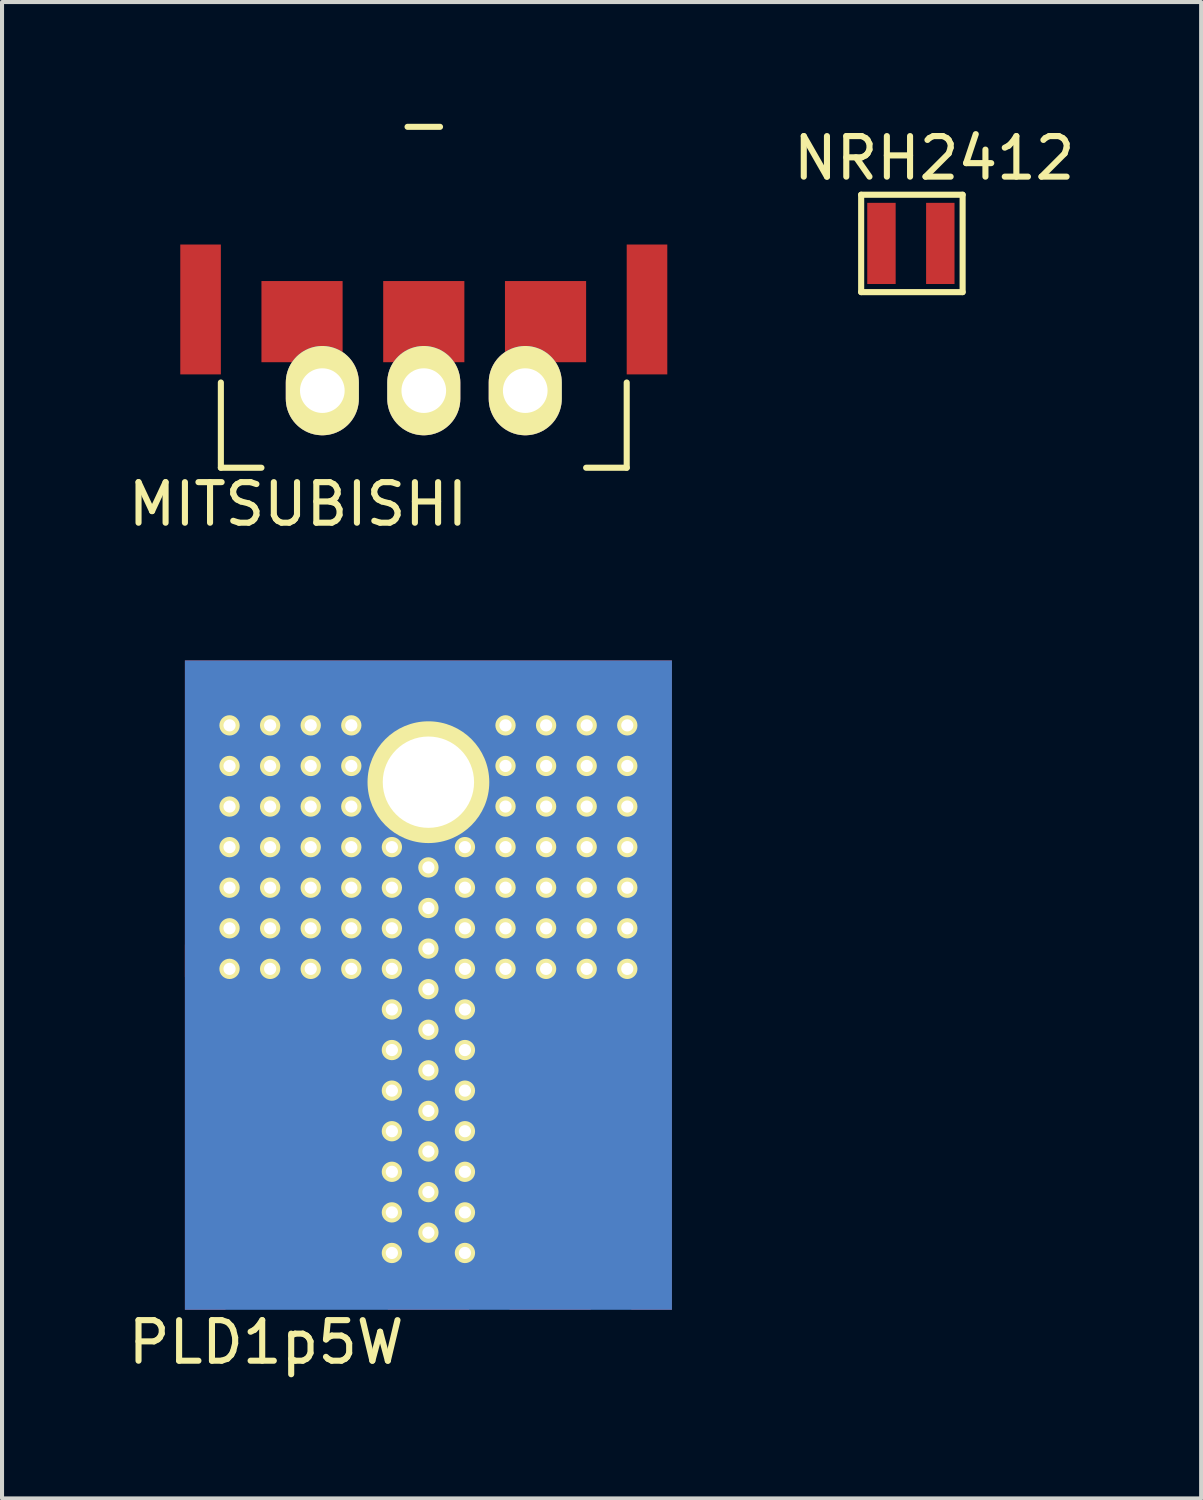
<source format=kicad_pcb>
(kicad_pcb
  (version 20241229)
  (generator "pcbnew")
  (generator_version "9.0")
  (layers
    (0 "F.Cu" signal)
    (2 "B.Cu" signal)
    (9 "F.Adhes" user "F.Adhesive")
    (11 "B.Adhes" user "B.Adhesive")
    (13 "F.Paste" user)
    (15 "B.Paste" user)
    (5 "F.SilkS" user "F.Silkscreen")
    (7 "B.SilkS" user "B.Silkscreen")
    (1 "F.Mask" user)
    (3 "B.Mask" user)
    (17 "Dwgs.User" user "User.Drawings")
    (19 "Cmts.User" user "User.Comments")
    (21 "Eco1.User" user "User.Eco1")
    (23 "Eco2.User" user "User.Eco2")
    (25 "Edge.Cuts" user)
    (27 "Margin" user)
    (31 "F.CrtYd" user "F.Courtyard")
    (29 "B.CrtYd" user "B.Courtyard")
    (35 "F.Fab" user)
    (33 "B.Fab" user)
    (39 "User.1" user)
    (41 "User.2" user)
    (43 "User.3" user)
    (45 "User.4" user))
  (footprint "PLD1p5W"
    (layer "F.Cu")
    (at 7.506 29.223)
    (property "Reference" "PLD1p5W" (at -4 0.8 0) (layer "F.SilkS") (effects (font (size 1 1) (thickness 0.15))))
    (attr through_hole)
    (pad "1" smd rect (at -3.05 -5.1) (size 2.16 4.9) (layers "F.Cu" "F.Mask" "F.Paste"))
    (pad "1" smd rect (at -3 -1.5) (size 2 2.8) (layers "F.Cu" "F.Mask" "F.Paste"))
    (pad "2" smd rect (at -5.5 -4.5) (size 1 9) (layers "F.Cu" "F.Mask" "F.Paste"))
    (pad "2" thru_hole circle (at -4.9 -14.4) (size 0.5 0.5) (drill 0.3) (layers "*.Cu" "*.Mask" "F.SilkS"))
    (pad "2" thru_hole circle (at -4.9 -13.4) (size 0.5 0.5) (drill 0.3) (layers "*.Cu" "*.Mask" "F.SilkS"))
    (pad "2" thru_hole circle (at -4.9 -12.4) (size 0.5 0.5) (drill 0.3) (layers "*.Cu" "*.Mask" "F.SilkS"))
    (pad "2" thru_hole circle (at -4.9 -11.4) (size 0.5 0.5) (drill 0.3) (layers "*.Cu" "*.Mask" "F.SilkS"))
    (pad "2" thru_hole circle (at -4.9 -10.4) (size 0.5 0.5) (drill 0.3) (layers "*.Cu" "*.Mask" "F.SilkS"))
    (pad "2" thru_hole circle (at -4.9 -9.4) (size 0.5 0.5) (drill 0.3) (layers "*.Cu" "*.Mask" "F.SilkS"))
    (pad "2" thru_hole circle (at -4.9 -8.4) (size 0.5 0.5) (drill 0.3) (layers "*.Cu" "*.Mask" "F.SilkS"))
    (pad "2" thru_hole circle (at -3.9 -14.4) (size 0.5 0.5) (drill 0.3) (layers "*.Cu" "*.Mask" "F.SilkS"))
    (pad "2" thru_hole circle (at -3.9 -13.4) (size 0.5 0.5) (drill 0.3) (layers "*.Cu" "*.Mask" "F.SilkS"))
    (pad "2" thru_hole circle (at -3.9 -12.4) (size 0.5 0.5) (drill 0.3) (layers "*.Cu" "*.Mask" "F.SilkS"))
    (pad "2" thru_hole circle (at -3.9 -11.4) (size 0.5 0.5) (drill 0.3) (layers "*.Cu" "*.Mask" "F.SilkS"))
    (pad "2" thru_hole circle (at -3.9 -10.4) (size 0.5 0.5) (drill 0.3) (layers "*.Cu" "*.Mask" "F.SilkS"))
    (pad "2" thru_hole circle (at -3.9 -9.4) (size 0.5 0.5) (drill 0.3) (layers "*.Cu" "*.Mask" "F.SilkS"))
    (pad "2" thru_hole circle (at -3.9 -8.4) (size 0.5 0.5) (drill 0.3) (layers "*.Cu" "*.Mask" "F.SilkS"))
    (pad "2" thru_hole circle (at -2.9 -14.4) (size 0.5 0.5) (drill 0.3) (layers "*.Cu" "*.Mask" "F.SilkS"))
    (pad "2" thru_hole circle (at -2.9 -13.4) (size 0.5 0.5) (drill 0.3) (layers "*.Cu" "*.Mask" "F.SilkS"))
    (pad "2" thru_hole circle (at -2.9 -12.4) (size 0.5 0.5) (drill 0.3) (layers "*.Cu" "*.Mask" "F.SilkS"))
    (pad "2" thru_hole circle (at -2.9 -11.4) (size 0.5 0.5) (drill 0.3) (layers "*.Cu" "*.Mask" "F.SilkS"))
    (pad "2" thru_hole circle (at -2.9 -10.4) (size 0.5 0.5) (drill 0.3) (layers "*.Cu" "*.Mask" "F.SilkS"))
    (pad "2" thru_hole circle (at -2.9 -9.4) (size 0.5 0.5) (drill 0.3) (layers "*.Cu" "*.Mask" "F.SilkS"))
    (pad "2" thru_hole circle (at -2.9 -8.4) (size 0.5 0.5) (drill 0.3) (layers "*.Cu" "*.Mask" "F.SilkS"))
    (pad "2" thru_hole circle (at -1.9 -14.4) (size 0.5 0.5) (drill 0.3) (layers "*.Cu" "*.Mask" "F.SilkS"))
    (pad "2" thru_hole circle (at -1.9 -13.4) (size 0.5 0.5) (drill 0.3) (layers "*.Cu" "*.Mask" "F.SilkS"))
    (pad "2" thru_hole circle (at -1.9 -12.4) (size 0.5 0.5) (drill 0.3) (layers "*.Cu" "*.Mask" "F.SilkS"))
    (pad "2" thru_hole circle (at -1.9 -11.4) (size 0.5 0.5) (drill 0.3) (layers "*.Cu" "*.Mask" "F.SilkS"))
    (pad "2" thru_hole circle (at -1.9 -10.4) (size 0.5 0.5) (drill 0.3) (layers "*.Cu" "*.Mask" "F.SilkS"))
    (pad "2" thru_hole circle (at -1.9 -9.4) (size 0.5 0.5) (drill 0.3) (layers "*.Cu" "*.Mask" "F.SilkS"))
    (pad "2" thru_hole circle (at -1.9 -8.4) (size 0.5 0.5) (drill 0.3) (layers "*.Cu" "*.Mask" "F.SilkS"))
    (pad "2" thru_hole circle (at -0.9 -11.4) (size 0.5 0.5) (drill 0.3) (layers "*.Cu" "*.Mask" "F.SilkS"))
    (pad "2" thru_hole circle (at -0.9 -10.4) (size 0.5 0.5) (drill 0.3) (layers "*.Cu" "*.Mask" "F.SilkS"))
    (pad "2" thru_hole circle (at -0.9 -9.4) (size 0.5 0.5) (drill 0.3) (layers "*.Cu" "*.Mask" "F.SilkS"))
    (pad "2" thru_hole circle (at -0.9 -8.4) (size 0.5 0.5) (drill 0.3) (layers "*.Cu" "*.Mask" "F.SilkS"))
    (pad "2" thru_hole circle (at -0.9 -7.4) (size 0.5 0.5) (drill 0.3) (layers "*.Cu" "*.Mask" "F.SilkS"))
    (pad "2" thru_hole circle (at -0.9 -6.4) (size 0.5 0.5) (drill 0.3) (layers "*.Cu" "*.Mask" "F.SilkS"))
    (pad "2" thru_hole circle (at -0.9 -5.4) (size 0.5 0.5) (drill 0.3) (layers "*.Cu" "*.Mask" "F.SilkS"))
    (pad "2" thru_hole circle (at -0.9 -4.4) (size 0.5 0.5) (drill 0.3) (layers "*.Cu" "*.Mask" "F.SilkS"))
    (pad "2" thru_hole circle (at -0.9 -3.4) (size 0.5 0.5) (drill 0.3) (layers "*.Cu" "*.Mask" "F.SilkS"))
    (pad "2" thru_hole circle (at -0.9 -2.4) (size 0.5 0.5) (drill 0.3) (layers "*.Cu" "*.Mask" "F.SilkS"))
    (pad "2" thru_hole circle (at -0.9 -1.4) (size 0.5 0.5) (drill 0.3) (layers "*.Cu" "*.Mask" "F.SilkS"))
    (pad "2" thru_hole circle (at 0 -13 45) (size 3 3) (drill 2.25) (layers "*.Cu" "*.Mask" "F.SilkS"))
    (pad "2" smd rect (at 0 -12.1) (size 12 7.8) (layers "F.Cu" "F.Mask" "F.Paste"))
    (pad "2" thru_hole circle (at 0 -10.9) (size 0.5 0.5) (drill 0.3) (layers "*.Cu" "*.Mask" "F.SilkS"))
    (pad "2" thru_hole circle (at 0 -9.9) (size 0.5 0.5) (drill 0.3) (layers "*.Cu" "*.Mask" "F.SilkS"))
    (pad "2" thru_hole circle (at 0 -8.9) (size 0.5 0.5) (drill 0.3) (layers "*.Cu" "*.Mask" "F.SilkS"))
    (pad "2" smd rect (at 0 -8) (size 12 16) (layers "B.Cu" "B.Mask" "B.Paste"))
    (pad "2" thru_hole circle (at 0 -7.9) (size 0.5 0.5) (drill 0.3) (layers "*.Cu" "*.Mask" "F.SilkS"))
    (pad "2" thru_hole circle (at 0 -6.9) (size 0.5 0.5) (drill 0.3) (layers "*.Cu" "*.Mask" "F.SilkS"))
    (pad "2" thru_hole circle (at 0 -5.9) (size 0.5 0.5) (drill 0.3) (layers "*.Cu" "*.Mask" "F.SilkS"))
    (pad "2" smd rect (at 0 -5.1) (size 2.26 7.2) (layers "F.Cu" "F.Mask" "F.Paste"))
    (pad "2" thru_hole circle (at 0 -4.9) (size 0.5 0.5) (drill 0.3) (layers "*.Cu" "*.Mask" "F.SilkS"))
    (pad "2" thru_hole circle (at 0 -3.9) (size 0.5 0.5) (drill 0.3) (layers "*.Cu" "*.Mask" "F.SilkS"))
    (pad "2" thru_hole circle (at 0 -2.9) (size 0.5 0.5) (drill 0.3) (layers "*.Cu" "*.Mask" "F.SilkS"))
    (pad "2" thru_hole circle (at 0 -1.9) (size 0.5 0.5) (drill 0.3) (layers "*.Cu" "*.Mask" "F.SilkS"))
    (pad "2" smd rect (at 0 -0.8) (size 2 1.6) (layers "F.Cu" "F.Mask" "F.Paste"))
    (pad "2" thru_hole circle (at 0.9 -11.4) (size 0.5 0.5) (drill 0.3) (layers "*.Cu" "*.Mask" "F.SilkS"))
    (pad "2" thru_hole circle (at 0.9 -10.4) (size 0.5 0.5) (drill 0.3) (layers "*.Cu" "*.Mask" "F.SilkS"))
    (pad "2" thru_hole circle (at 0.9 -9.4) (size 0.5 0.5) (drill 0.3) (layers "*.Cu" "*.Mask" "F.SilkS"))
    (pad "2" thru_hole circle (at 0.9 -8.4) (size 0.5 0.5) (drill 0.3) (layers "*.Cu" "*.Mask" "F.SilkS"))
    (pad "2" thru_hole circle (at 0.9 -7.4) (size 0.5 0.5) (drill 0.3) (layers "*.Cu" "*.Mask" "F.SilkS"))
    (pad "2" thru_hole circle (at 0.9 -6.4) (size 0.5 0.5) (drill 0.3) (layers "*.Cu" "*.Mask" "F.SilkS"))
    (pad "2" thru_hole circle (at 0.9 -5.4) (size 0.5 0.5) (drill 0.3) (layers "*.Cu" "*.Mask" "F.SilkS"))
    (pad "2" thru_hole circle (at 0.9 -4.4) (size 0.5 0.5) (drill 0.3) (layers "*.Cu" "*.Mask" "F.SilkS"))
    (pad "2" thru_hole circle (at 0.9 -3.4) (size 0.5 0.5) (drill 0.3) (layers "*.Cu" "*.Mask" "F.SilkS"))
    (pad "2" thru_hole circle (at 0.9 -2.4) (size 0.5 0.5) (drill 0.3) (layers "*.Cu" "*.Mask" "F.SilkS"))
    (pad "2" thru_hole circle (at 0.9 -1.4) (size 0.5 0.5) (drill 0.3) (layers "*.Cu" "*.Mask" "F.SilkS"))
    (pad "2" thru_hole circle (at 1.9 -14.4) (size 0.5 0.5) (drill 0.3) (layers "*.Cu" "*.Mask" "F.SilkS"))
    (pad "2" thru_hole circle (at 1.9 -13.4) (size 0.5 0.5) (drill 0.3) (layers "*.Cu" "*.Mask" "F.SilkS"))
    (pad "2" thru_hole circle (at 1.9 -12.4) (size 0.5 0.5) (drill 0.3) (layers "*.Cu" "*.Mask" "F.SilkS"))
    (pad "2" thru_hole circle (at 1.9 -11.4) (size 0.5 0.5) (drill 0.3) (layers "*.Cu" "*.Mask" "F.SilkS"))
    (pad "2" thru_hole circle (at 1.9 -10.4) (size 0.5 0.5) (drill 0.3) (layers "*.Cu" "*.Mask" "F.SilkS"))
    (pad "2" thru_hole circle (at 1.9 -9.4) (size 0.5 0.5) (drill 0.3) (layers "*.Cu" "*.Mask" "F.SilkS"))
    (pad "2" thru_hole circle (at 1.9 -8.4) (size 0.5 0.5) (drill 0.3) (layers "*.Cu" "*.Mask" "F.SilkS"))
    (pad "2" thru_hole circle (at 2.9 -14.4) (size 0.5 0.5) (drill 0.3) (layers "*.Cu" "*.Mask" "F.SilkS"))
    (pad "2" thru_hole circle (at 2.9 -13.4) (size 0.5 0.5) (drill 0.3) (layers "*.Cu" "*.Mask" "F.SilkS"))
    (pad "2" thru_hole circle (at 2.9 -12.4) (size 0.5 0.5) (drill 0.3) (layers "*.Cu" "*.Mask" "F.SilkS"))
    (pad "2" thru_hole circle (at 2.9 -11.4) (size 0.5 0.5) (drill 0.3) (layers "*.Cu" "*.Mask" "F.SilkS"))
    (pad "2" thru_hole circle (at 2.9 -10.4) (size 0.5 0.5) (drill 0.3) (layers "*.Cu" "*.Mask" "F.SilkS"))
    (pad "2" thru_hole circle (at 2.9 -9.4) (size 0.5 0.5) (drill 0.3) (layers "*.Cu" "*.Mask" "F.SilkS"))
    (pad "2" thru_hole circle (at 2.9 -8.4) (size 0.5 0.5) (drill 0.3) (layers "*.Cu" "*.Mask" "F.SilkS"))
    (pad "2" thru_hole circle (at 3.9 -14.4) (size 0.5 0.5) (drill 0.3) (layers "*.Cu" "*.Mask" "F.SilkS"))
    (pad "2" thru_hole circle (at 3.9 -13.4) (size 0.5 0.5) (drill 0.3) (layers "*.Cu" "*.Mask" "F.SilkS"))
    (pad "2" thru_hole circle (at 3.9 -12.4) (size 0.5 0.5) (drill 0.3) (layers "*.Cu" "*.Mask" "F.SilkS"))
    (pad "2" thru_hole circle (at 3.9 -11.4) (size 0.5 0.5) (drill 0.3) (layers "*.Cu" "*.Mask" "F.SilkS"))
    (pad "2" thru_hole circle (at 3.9 -10.4) (size 0.5 0.5) (drill 0.3) (layers "*.Cu" "*.Mask" "F.SilkS"))
    (pad "2" thru_hole circle (at 3.9 -9.4) (size 0.5 0.5) (drill 0.3) (layers "*.Cu" "*.Mask" "F.SilkS"))
    (pad "2" thru_hole circle (at 3.9 -8.4) (size 0.5 0.5) (drill 0.3) (layers "*.Cu" "*.Mask" "F.SilkS"))
    (pad "2" thru_hole circle (at 4.9 -14.4) (size 0.5 0.5) (drill 0.3) (layers "*.Cu" "*.Mask" "F.SilkS"))
    (pad "2" thru_hole circle (at 4.9 -13.4) (size 0.5 0.5) (drill 0.3) (layers "*.Cu" "*.Mask" "F.SilkS"))
    (pad "2" thru_hole circle (at 4.9 -12.4) (size 0.5 0.5) (drill 0.3) (layers "*.Cu" "*.Mask" "F.SilkS"))
    (pad "2" thru_hole circle (at 4.9 -11.4) (size 0.5 0.5) (drill 0.3) (layers "*.Cu" "*.Mask" "F.SilkS"))
    (pad "2" thru_hole circle (at 4.9 -10.4) (size 0.5 0.5) (drill 0.3) (layers "*.Cu" "*.Mask" "F.SilkS"))
    (pad "2" thru_hole circle (at 4.9 -9.4) (size 0.5 0.5) (drill 0.3) (layers "*.Cu" "*.Mask" "F.SilkS"))
    (pad "2" thru_hole circle (at 4.9 -8.4) (size 0.5 0.5) (drill 0.3) (layers "*.Cu" "*.Mask" "F.SilkS"))
    (pad "2" smd rect (at 5.5 -4.5) (size 1 9) (layers "F.Cu" "F.Mask" "F.Paste"))
    (pad "3" smd rect (at 3 -1.4) (size 2 2.8) (layers "F.Cu" "F.Mask" "F.Paste"))
    (pad "3" smd rect (at 3.05 -5.1) (size 2.16 4.9) (layers "F.Cu" "F.Mask" "F.Paste")))
  (footprint "MITSUBISHI"
    (layer "F.Cu")
    (at 7.392 7.875)
    (property "Reference" "MITSUBISHI" (at -3.1 1.5 0) (layer "F.SilkS") (effects (font (size 1 1) (thickness 0.15))))
    (attr through_hole)
    (fp_line (start -5 0.6) (end -5 -1.5) (stroke (width 0.15) (type solid)) (layer "F.SilkS"))
    (fp_line (start -5 0.6) (end -4 0.6) (stroke (width 0.15) (type solid)) (layer "F.SilkS"))
    (fp_line (start -0.4 -7.8) (end 0.4 -7.8) (stroke (width 0.15) (type solid)) (layer "F.SilkS"))
    (fp_line (start 4 0.6) (end 5 0.6) (stroke (width 0.15) (type solid)) (layer "F.SilkS"))
    (fp_line (start 5 0.6) (end 5 -1.5) (stroke (width 0.15) (type solid)) (layer "F.SilkS"))
    (pad "1" smd rect (at -3 -3 180) (size 2 2) (layers "F.Cu" "F.Mask" "F.Paste"))
    (pad "1" thru_hole oval (at -2.5 -1.3 180) (size 1.8 2.2) (drill 1.1) (layers "*.Cu" "*.Mask" "F.SilkS"))
    (pad "2" smd rect (at -5.5 -3.3 180) (size 1 3.2) (layers "F.Cu" "F.Mask" "F.Paste"))
    (pad "2" smd rect (at 0 -3 180) (size 2 2) (layers "F.Cu" "F.Mask" "F.Paste"))
    (pad "2" thru_hole oval (at 0 -1.3 180) (size 1.8 2.2) (drill 1.1) (layers "*.Cu" "*.Mask" "F.SilkS"))
    (pad "2" smd rect (at 5.5 -3.3 180) (size 1 3.2) (layers "F.Cu" "F.Mask" "F.Paste"))
    (pad "3" thru_hole oval (at 2.5 -1.3 180) (size 1.8 2.2) (drill 1.1) (layers "*.Cu" "*.Mask" "F.SilkS"))
    (pad "3" smd rect (at 3 -3 180) (size 2 2) (layers "F.Cu" "F.Mask" "F.Paste")))
  (footprint "NRH2412"
    (layer "F.Cu")
    (at 18.669 2.948)
    (property "Reference" "NRH2412" (at 1.3 -2.1 0) (layer "F.SilkS") (effects (font (size 1 1) (thickness 0.15))))
    (attr through_hole)
    (fp_line (start -0.5 -1.2) (end -0.5 1.2) (stroke (width 0.15) (type solid)) (layer "F.SilkS"))
    (fp_line (start -0.5 1.2) (end 2 1.2) (stroke (width 0.15) (type solid)) (layer "F.SilkS"))
    (fp_line (start 2 -1.2) (end -0.5 -1.2) (stroke (width 0.15) (type solid)) (layer "F.SilkS"))
    (fp_line (start 2 1.2) (end 2 -1.2) (stroke (width 0.15) (type solid)) (layer "F.SilkS"))
    (pad "1" smd rect (at 0 0) (size 0.7 2) (layers "F.Cu" "F.Mask" "F.Paste"))
    (pad "2" smd rect (at 1.45 0) (size 0.7 2) (layers "F.Cu" "F.Mask" "F.Paste")))
  (gr_rect
    (start -3 -3)
    (end 26.546 33.871)
    (stroke (width 0.1) (type default))
    (fill no)
    (layer "Edge.Cuts")))
</source>
